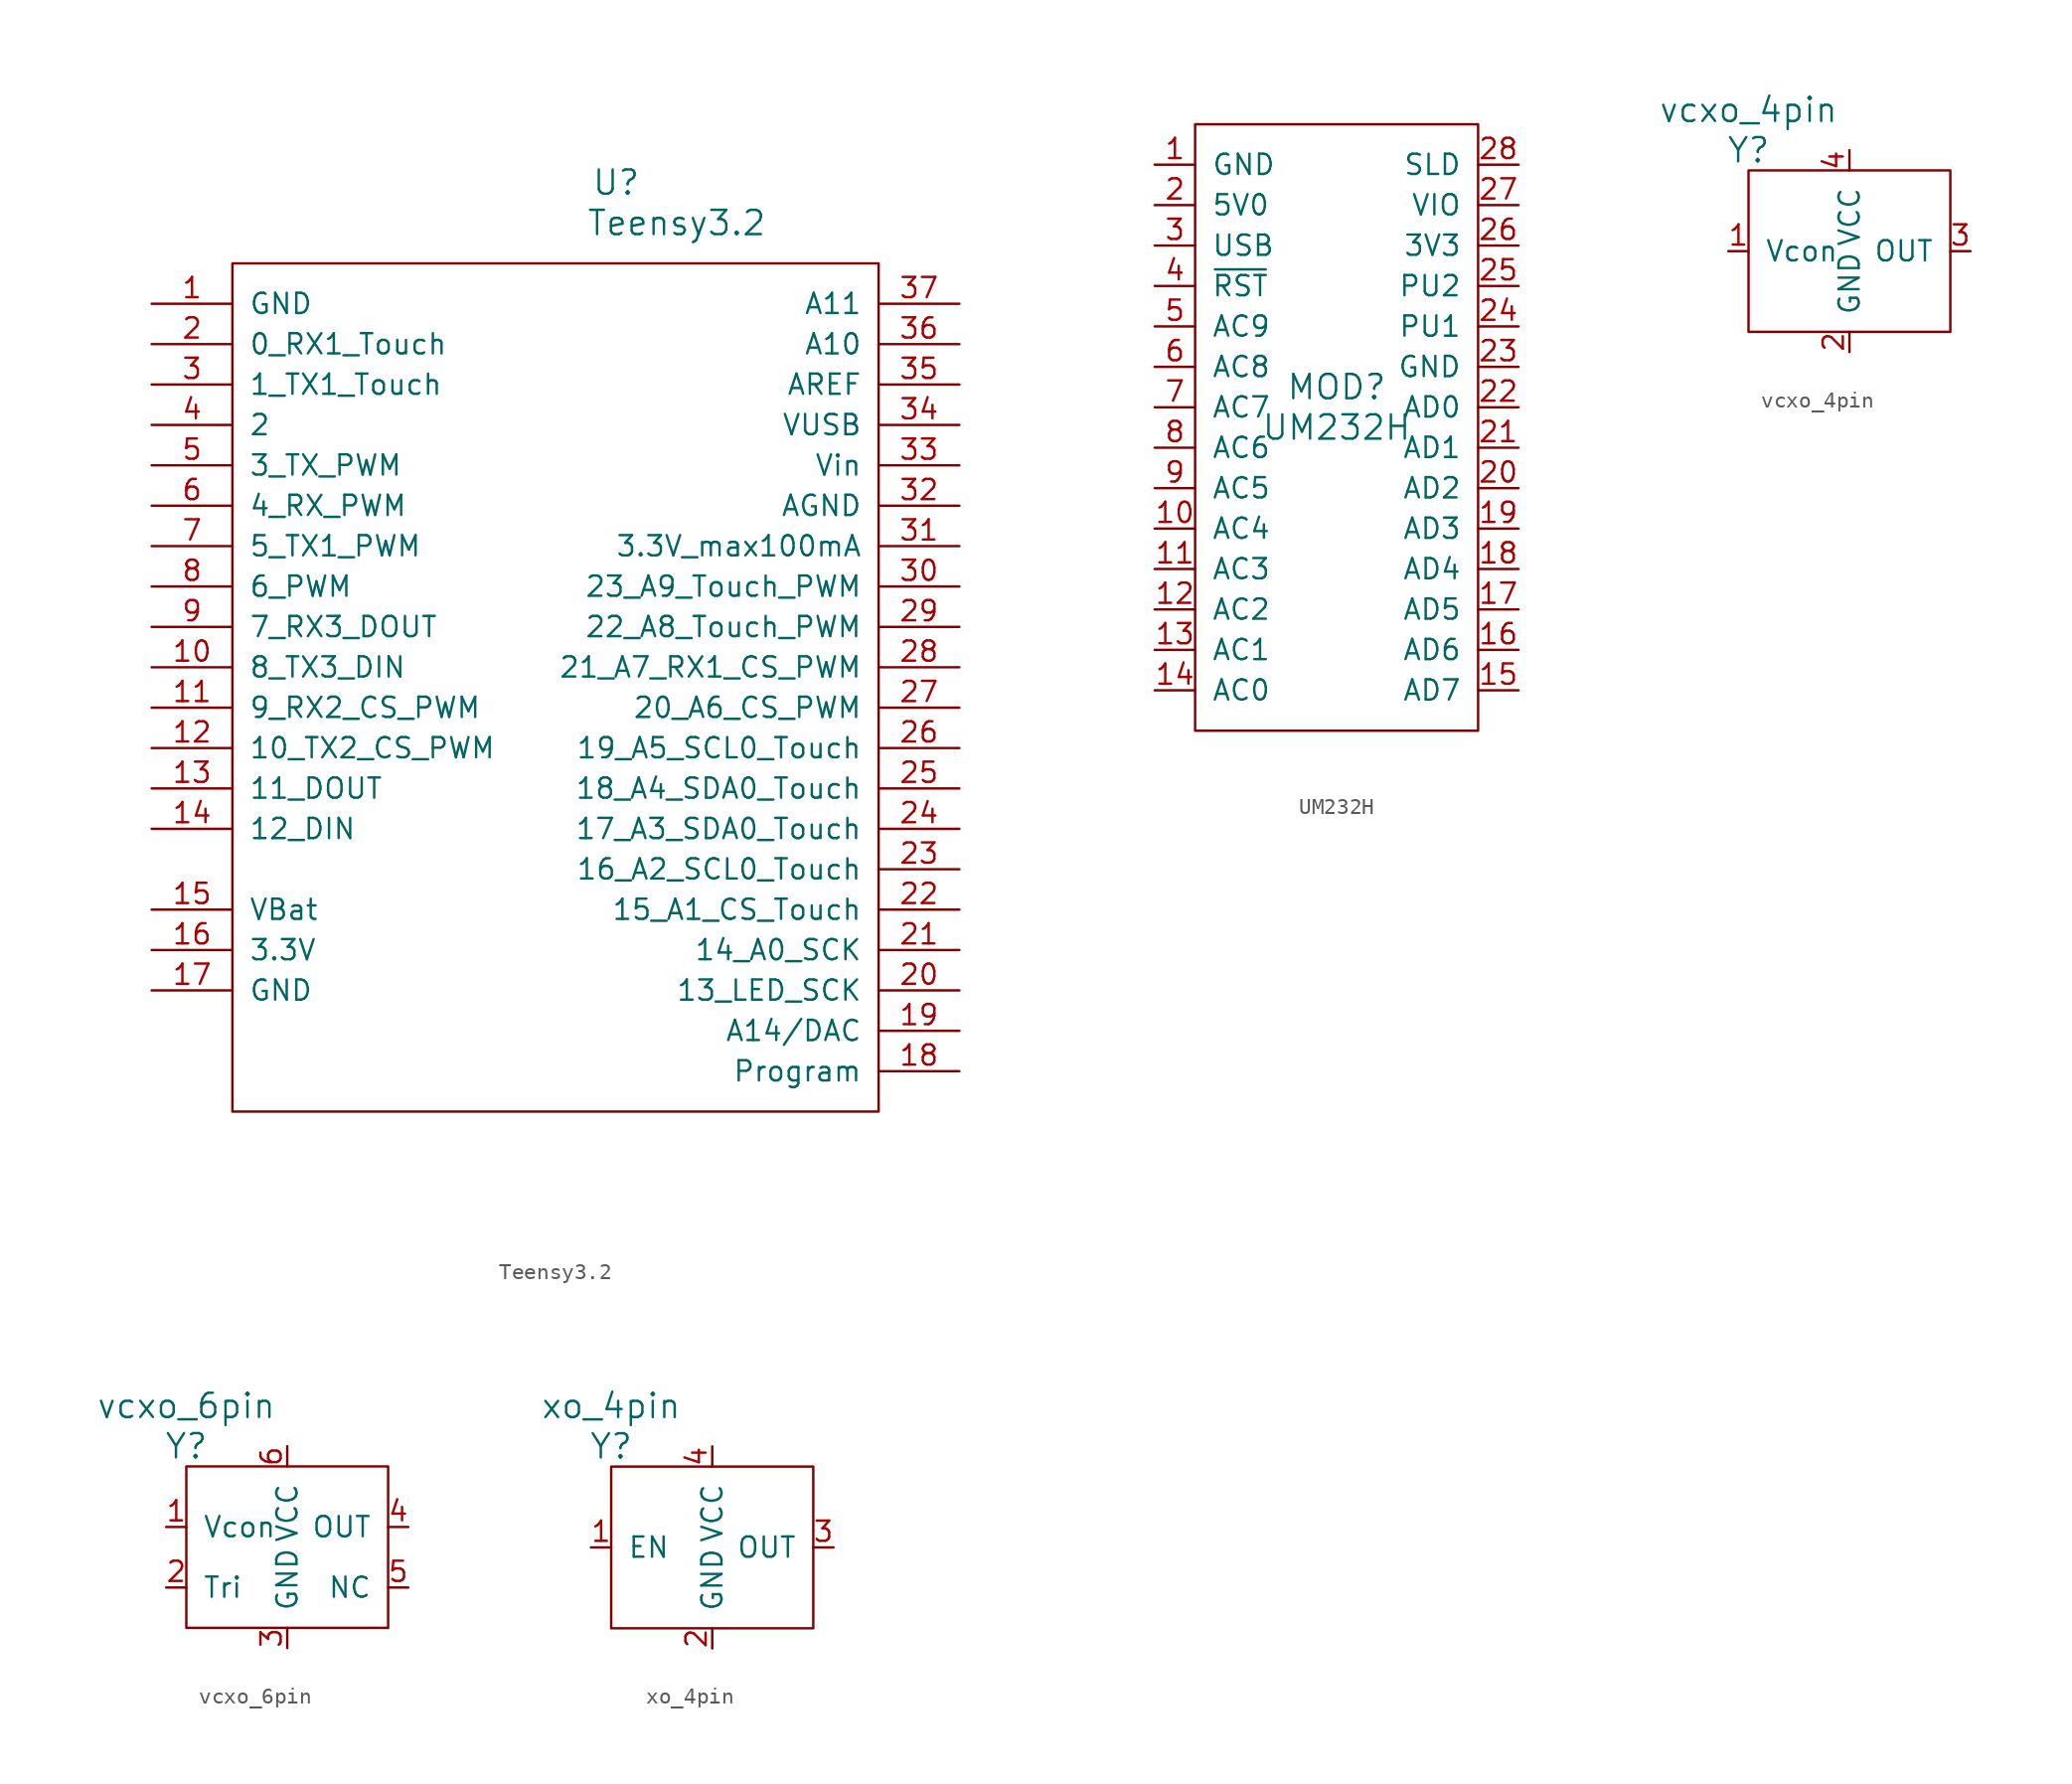
<source format=kicad_sym>
(kicad_symbol_lib
  (version 20211014)
  (generator kicad_symbol_editor)
  (symbol "Teensy3.2"
    (pin_names
      (offset 1.016))
    (property "Reference" "U"
      (at 3.81 29.21 0)
      (effects (font (size 1.524 1.524))))
    (property "Value" "Teensy3.2"
      (at 7.62 26.67 0)
      (effects (font (size 1.524 1.524))))
    (property "Footprint" ""
      (at 0 -31.75 0)
      (effects (font (size 1.524 1.524))))
    (property "Datasheet" ""
      (at 0 -31.75 0)
      (effects (font (size 1.524 1.524))))
    (symbol "Teensy3.2_0_1"
      (rectangle (start -20.32 24.13) (end 20.32 -29.21) (stroke (width 0) (type default) (color 0 0 0 0)) (fill (type none))))
    (symbol "Teensy3.2_1_1"
      (pin power_in line (at -25.4 21.59 0) (length 5.08) (name "GND" (effects (font (size 1.27 1.27)))) (number "1" (effects (font (size 1.27 1.27)))))
      (pin bidirectional line (at -25.4 -1.27 0) (length 5.08) (name "8_TX3_DIN" (effects (font (size 1.27 1.27)))) (number "10" (effects (font (size 1.27 1.27)))))
      (pin bidirectional line (at -25.4 -3.81 0) (length 5.08) (name "9_RX2_CS_PWM" (effects (font (size 1.27 1.27)))) (number "11" (effects (font (size 1.27 1.27)))))
      (pin bidirectional line (at -25.4 -6.35 0) (length 5.08) (name "10_TX2_CS_PWM" (effects (font (size 1.27 1.27)))) (number "12" (effects (font (size 1.27 1.27)))))
      (pin bidirectional line (at -25.4 -8.89 0) (length 5.08) (name "11_DOUT" (effects (font (size 1.27 1.27)))) (number "13" (effects (font (size 1.27 1.27)))))
      (pin bidirectional line (at -25.4 -11.43 0) (length 5.08) (name "12_DIN" (effects (font (size 1.27 1.27)))) (number "14" (effects (font (size 1.27 1.27)))))
      (pin power_in line (at -25.4 -16.51 0) (length 5.08) (name "VBat" (effects (font (size 1.27 1.27)))) (number "15" (effects (font (size 1.27 1.27)))))
      (pin power_out line (at -25.4 -19.05 0) (length 5.08) (name "3.3V" (effects (font (size 1.27 1.27)))) (number "16" (effects (font (size 1.27 1.27)))))
      (pin power_in line (at -25.4 -21.59 0) (length 5.08) (name "GND" (effects (font (size 1.27 1.27)))) (number "17" (effects (font (size 1.27 1.27)))))
      (pin input line (at 25.4 -26.67 180) (length 5.08) (name "Program" (effects (font (size 1.27 1.27)))) (number "18" (effects (font (size 1.27 1.27)))))
      (pin bidirectional line (at 25.4 -24.13 180) (length 5.08) (name "A14/DAC" (effects (font (size 1.27 1.27)))) (number "19" (effects (font (size 1.27 1.27)))))
      (pin bidirectional line (at -25.4 19.05 0) (length 5.08) (name "0_RX1_Touch" (effects (font (size 1.27 1.27)))) (number "2" (effects (font (size 1.27 1.27)))))
      (pin bidirectional line (at 25.4 -21.59 180) (length 5.08) (name "13_LED_SCK" (effects (font (size 1.27 1.27)))) (number "20" (effects (font (size 1.27 1.27)))))
      (pin bidirectional line (at 25.4 -19.05 180) (length 5.08) (name "14_A0_SCK" (effects (font (size 1.27 1.27)))) (number "21" (effects (font (size 1.27 1.27)))))
      (pin bidirectional line (at 25.4 -16.51 180) (length 5.08) (name "15_A1_CS_Touch" (effects (font (size 1.27 1.27)))) (number "22" (effects (font (size 1.27 1.27)))))
      (pin bidirectional line (at 25.4 -13.97 180) (length 5.08) (name "16_A2_SCL0_Touch" (effects (font (size 1.27 1.27)))) (number "23" (effects (font (size 1.27 1.27)))))
      (pin bidirectional line (at 25.4 -11.43 180) (length 5.08) (name "17_A3_SDA0_Touch" (effects (font (size 1.27 1.27)))) (number "24" (effects (font (size 1.27 1.27)))))
      (pin bidirectional line (at 25.4 -8.89 180) (length 5.08) (name "18_A4_SDA0_Touch" (effects (font (size 1.27 1.27)))) (number "25" (effects (font (size 1.27 1.27)))))
      (pin bidirectional line (at 25.4 -6.35 180) (length 5.08) (name "19_A5_SCL0_Touch" (effects (font (size 1.27 1.27)))) (number "26" (effects (font (size 1.27 1.27)))))
      (pin bidirectional line (at 25.4 -3.81 180) (length 5.08) (name "20_A6_CS_PWM" (effects (font (size 1.27 1.27)))) (number "27" (effects (font (size 1.27 1.27)))))
      (pin bidirectional line (at 25.4 -1.27 180) (length 5.08) (name "21_A7_RX1_CS_PWM" (effects (font (size 1.27 1.27)))) (number "28" (effects (font (size 1.27 1.27)))))
      (pin bidirectional line (at 25.4 1.27 180) (length 5.08) (name "22_A8_Touch_PWM" (effects (font (size 1.27 1.27)))) (number "29" (effects (font (size 1.27 1.27)))))
      (pin bidirectional line (at -25.4 16.51 0) (length 5.08) (name "1_TX1_Touch" (effects (font (size 1.27 1.27)))) (number "3" (effects (font (size 1.27 1.27)))))
      (pin bidirectional line (at 25.4 3.81 180) (length 5.08) (name "23_A9_Touch_PWM" (effects (font (size 1.27 1.27)))) (number "30" (effects (font (size 1.27 1.27)))))
      (pin power_out line (at 25.4 6.35 180) (length 5.08) (name "3.3V_max100mA" (effects (font (size 1.27 1.27)))) (number "31" (effects (font (size 1.27 1.27)))))
      (pin power_out line (at 25.4 8.89 180) (length 5.08) (name "AGND" (effects (font (size 1.27 1.27)))) (number "32" (effects (font (size 1.27 1.27)))))
      (pin power_in line (at 25.4 11.43 180) (length 5.08) (name "Vin" (effects (font (size 1.27 1.27)))) (number "33" (effects (font (size 1.27 1.27)))))
      (pin power_in line (at 25.4 13.97 180) (length 5.08) (name "VUSB" (effects (font (size 1.27 1.27)))) (number "34" (effects (font (size 1.27 1.27)))))
      (pin input line (at 25.4 16.51 180) (length 5.08) (name "AREF" (effects (font (size 1.27 1.27)))) (number "35" (effects (font (size 1.27 1.27)))))
      (pin bidirectional line (at 25.4 19.05 180) (length 5.08) (name "A10" (effects (font (size 1.27 1.27)))) (number "36" (effects (font (size 1.27 1.27)))))
      (pin bidirectional line (at 25.4 21.59 180) (length 5.08) (name "A11" (effects (font (size 1.27 1.27)))) (number "37" (effects (font (size 1.27 1.27)))))
      (pin bidirectional line (at -25.4 13.97 0) (length 5.08) (name "2" (effects (font (size 1.27 1.27)))) (number "4" (effects (font (size 1.27 1.27)))))
      (pin bidirectional line (at -25.4 11.43 0) (length 5.08) (name "3_TX_PWM" (effects (font (size 1.27 1.27)))) (number "5" (effects (font (size 1.27 1.27)))))
      (pin bidirectional line (at -25.4 8.89 0) (length 5.08) (name "4_RX_PWM" (effects (font (size 1.27 1.27)))) (number "6" (effects (font (size 1.27 1.27)))))
      (pin bidirectional line (at -25.4 6.35 0) (length 5.08) (name "5_TX1_PWM" (effects (font (size 1.27 1.27)))) (number "7" (effects (font (size 1.27 1.27)))))
      (pin bidirectional line (at -25.4 3.81 0) (length 5.08) (name "6_PWM" (effects (font (size 1.27 1.27)))) (number "8" (effects (font (size 1.27 1.27)))))
      (pin bidirectional line (at -25.4 1.27 0) (length 5.08) (name "7_RX3_DOUT" (effects (font (size 1.27 1.27)))) (number "9" (effects (font (size 1.27 1.27)))))))
  (symbol "UM232H"
    (pin_names
      (offset 1.016))
    (property "Reference" "MOD"
      (at 0 2.54 0)
      (effects (font (size 1.524 1.524))))
    (property "Value" "UM232H"
      (at 0 0 0)
      (effects (font (size 1.524 1.524))))
    (symbol "UM232H_0_1"
      (rectangle (start -8.89 19.05) (end 8.89 -19.05) (stroke (width 0) (type default) (color 0 0 0 0)) (fill (type none))))
    (symbol "UM232H_1_1"
      (pin input line (at -11.43 16.51 0) (length 2.54) (name "GND" (effects (font (size 1.27 1.27)))) (number "1" (effects (font (size 1.27 1.27)))))
      (pin input line (at -11.43 -6.35 0) (length 2.54) (name "AC4" (effects (font (size 1.27 1.27)))) (number "10" (effects (font (size 1.27 1.27)))))
      (pin input line (at -11.43 -8.89 0) (length 2.54) (name "AC3" (effects (font (size 1.27 1.27)))) (number "11" (effects (font (size 1.27 1.27)))))
      (pin input line (at -11.43 -11.43 0) (length 2.54) (name "AC2" (effects (font (size 1.27 1.27)))) (number "12" (effects (font (size 1.27 1.27)))))
      (pin input line (at -11.43 -13.97 0) (length 2.54) (name "AC1" (effects (font (size 1.27 1.27)))) (number "13" (effects (font (size 1.27 1.27)))))
      (pin input line (at -11.43 -16.51 0) (length 2.54) (name "AC0" (effects (font (size 1.27 1.27)))) (number "14" (effects (font (size 1.27 1.27)))))
      (pin input line (at 11.43 -16.51 180) (length 2.54) (name "AD7" (effects (font (size 1.27 1.27)))) (number "15" (effects (font (size 1.27 1.27)))))
      (pin input line (at 11.43 -13.97 180) (length 2.54) (name "AD6" (effects (font (size 1.27 1.27)))) (number "16" (effects (font (size 1.27 1.27)))))
      (pin input line (at 11.43 -11.43 180) (length 2.54) (name "AD5" (effects (font (size 1.27 1.27)))) (number "17" (effects (font (size 1.27 1.27)))))
      (pin input line (at 11.43 -8.89 180) (length 2.54) (name "AD4" (effects (font (size 1.27 1.27)))) (number "18" (effects (font (size 1.27 1.27)))))
      (pin input line (at 11.43 -6.35 180) (length 2.54) (name "AD3" (effects (font (size 1.27 1.27)))) (number "19" (effects (font (size 1.27 1.27)))))
      (pin input line (at -11.43 13.97 0) (length 2.54) (name "5V0" (effects (font (size 1.27 1.27)))) (number "2" (effects (font (size 1.27 1.27)))))
      (pin input line (at 11.43 -3.81 180) (length 2.54) (name "AD2" (effects (font (size 1.27 1.27)))) (number "20" (effects (font (size 1.27 1.27)))))
      (pin input line (at 11.43 -1.27 180) (length 2.54) (name "AD1" (effects (font (size 1.27 1.27)))) (number "21" (effects (font (size 1.27 1.27)))))
      (pin input line (at 11.43 1.27 180) (length 2.54) (name "AD0" (effects (font (size 1.27 1.27)))) (number "22" (effects (font (size 1.27 1.27)))))
      (pin power_in line (at 11.43 3.81 180) (length 2.54) (name "GND" (effects (font (size 1.27 1.27)))) (number "23" (effects (font (size 1.27 1.27)))))
      (pin input line (at 11.43 6.35 180) (length 2.54) (name "PU1" (effects (font (size 1.27 1.27)))) (number "24" (effects (font (size 1.27 1.27)))))
      (pin input line (at 11.43 8.89 180) (length 2.54) (name "PU2" (effects (font (size 1.27 1.27)))) (number "25" (effects (font (size 1.27 1.27)))))
      (pin input line (at 11.43 11.43 180) (length 2.54) (name "3V3" (effects (font (size 1.27 1.27)))) (number "26" (effects (font (size 1.27 1.27)))))
      (pin input line (at 11.43 13.97 180) (length 2.54) (name "VIO" (effects (font (size 1.27 1.27)))) (number "27" (effects (font (size 1.27 1.27)))))
      (pin input line (at 11.43 16.51 180) (length 2.54) (name "SLD" (effects (font (size 1.27 1.27)))) (number "28" (effects (font (size 1.27 1.27)))))
      (pin input line (at -11.43 11.43 0) (length 2.54) (name "USB" (effects (font (size 1.27 1.27)))) (number "3" (effects (font (size 1.27 1.27)))))
      (pin input line (at -11.43 8.89 0) (length 2.54) (name "~{RST}" (effects (font (size 1.27 1.27)))) (number "4" (effects (font (size 1.27 1.27)))))
      (pin input line (at -11.43 6.35 0) (length 2.54) (name "AC9" (effects (font (size 1.27 1.27)))) (number "5" (effects (font (size 1.27 1.27)))))
      (pin input line (at -11.43 3.81 0) (length 2.54) (name "AC8" (effects (font (size 1.27 1.27)))) (number "6" (effects (font (size 1.27 1.27)))))
      (pin input line (at -11.43 1.27 0) (length 2.54) (name "AC7" (effects (font (size 1.27 1.27)))) (number "7" (effects (font (size 1.27 1.27)))))
      (pin input line (at -11.43 -1.27 0) (length 2.54) (name "AC6" (effects (font (size 1.27 1.27)))) (number "8" (effects (font (size 1.27 1.27)))))
      (pin input line (at -11.43 -3.81 0) (length 2.54) (name "AC5" (effects (font (size 1.27 1.27)))) (number "9" (effects (font (size 1.27 1.27)))))))
  (symbol "vcxo_4pin"
    (pin_names
      (offset 1.016))
    (property "Reference" "Y"
      (at -6.35 6.35 0)
      (effects (font (size 1.524 1.524))))
    (property "Value" "vcxo_4pin"
      (at -6.35 8.89 0)
      (effects (font (size 1.524 1.524))))
    (symbol "vcxo_4pin_0_1"
      (rectangle (start -6.35 5.08) (end 6.35 -5.08) (stroke (width 0) (type default) (color 0 0 0 0)) (fill (type none))))
    (symbol "vcxo_4pin_1_1"
      (pin input line (at -7.62 0 0) (length 1.27) (name "Vcon" (effects (font (size 1.27 1.27)))) (number "1" (effects (font (size 1.27 1.27)))))
      (pin power_in line (at 0 -6.35 90) (length 1.27) (name "GND" (effects (font (size 1.27 1.27)))) (number "2" (effects (font (size 1.27 1.27)))))
      (pin output line (at 7.62 0 180) (length 1.27) (name "OUT" (effects (font (size 1.27 1.27)))) (number "3" (effects (font (size 1.27 1.27)))))
      (pin power_in line (at 0 6.35 270) (length 1.27) (name "VCC" (effects (font (size 1.27 1.27)))) (number "4" (effects (font (size 1.27 1.27)))))))
  (symbol "vcxo_6pin"
    (pin_names
      (offset 1.016))
    (property "Reference" "Y"
      (at -6.35 6.35 0)
      (effects (font (size 1.524 1.524))))
    (property "Value" "vcxo_6pin"
      (at -6.35 8.89 0)
      (effects (font (size 1.524 1.524))))
    (symbol "vcxo_6pin_0_1"
      (rectangle (start -6.35 5.08) (end 6.35 -5.08) (stroke (width 0) (type default) (color 0 0 0 0)) (fill (type none))))
    (symbol "vcxo_6pin_1_1"
      (pin input line (at -7.62 1.27 0) (length 1.27) (name "Vcon" (effects (font (size 1.27 1.27)))) (number "1" (effects (font (size 1.27 1.27)))))
      (pin power_in line (at -7.62 -2.54 0) (length 1.27) (name "Tri" (effects (font (size 1.27 1.27)))) (number "2" (effects (font (size 1.27 1.27)))))
      (pin power_in line (at 0 -6.35 90) (length 1.27) (name "GND" (effects (font (size 1.27 1.27)))) (number "3" (effects (font (size 1.27 1.27)))))
      (pin output line (at 7.62 1.27 180) (length 1.27) (name "OUT" (effects (font (size 1.27 1.27)))) (number "4" (effects (font (size 1.27 1.27)))))
      (pin passive line (at 7.62 -2.54 180) (length 1.27) (name "NC" (effects (font (size 1.27 1.27)))) (number "5" (effects (font (size 1.27 1.27)))))
      (pin power_in line (at 0 6.35 270) (length 1.27) (name "VCC" (effects (font (size 1.27 1.27)))) (number "6" (effects (font (size 1.27 1.27)))))))
  (symbol "xo_4pin"
    (pin_names
      (offset 1.016))
    (property "Reference" "Y"
      (at -6.35 6.35 0)
      (effects (font (size 1.524 1.524))))
    (property "Value" "xo_4pin"
      (at -6.35 8.89 0)
      (effects (font (size 1.524 1.524))))
    (symbol "xo_4pin_0_1"
      (rectangle (start -6.35 5.08) (end 6.35 -5.08) (stroke (width 0) (type default) (color 0 0 0 0)) (fill (type none))))
    (symbol "xo_4pin_1_1"
      (pin input line (at -7.62 0 0) (length 1.27) (name "EN" (effects (font (size 1.27 1.27)))) (number "1" (effects (font (size 1.27 1.27)))))
      (pin power_in line (at 0 -6.35 90) (length 1.27) (name "GND" (effects (font (size 1.27 1.27)))) (number "2" (effects (font (size 1.27 1.27)))))
      (pin output line (at 7.62 0 180) (length 1.27) (name "OUT" (effects (font (size 1.27 1.27)))) (number "3" (effects (font (size 1.27 1.27)))))
      (pin power_in line (at 0 6.35 270) (length 1.27) (name "VCC" (effects (font (size 1.27 1.27)))) (number "4" (effects (font (size 1.27 1.27))))))))
</source>
